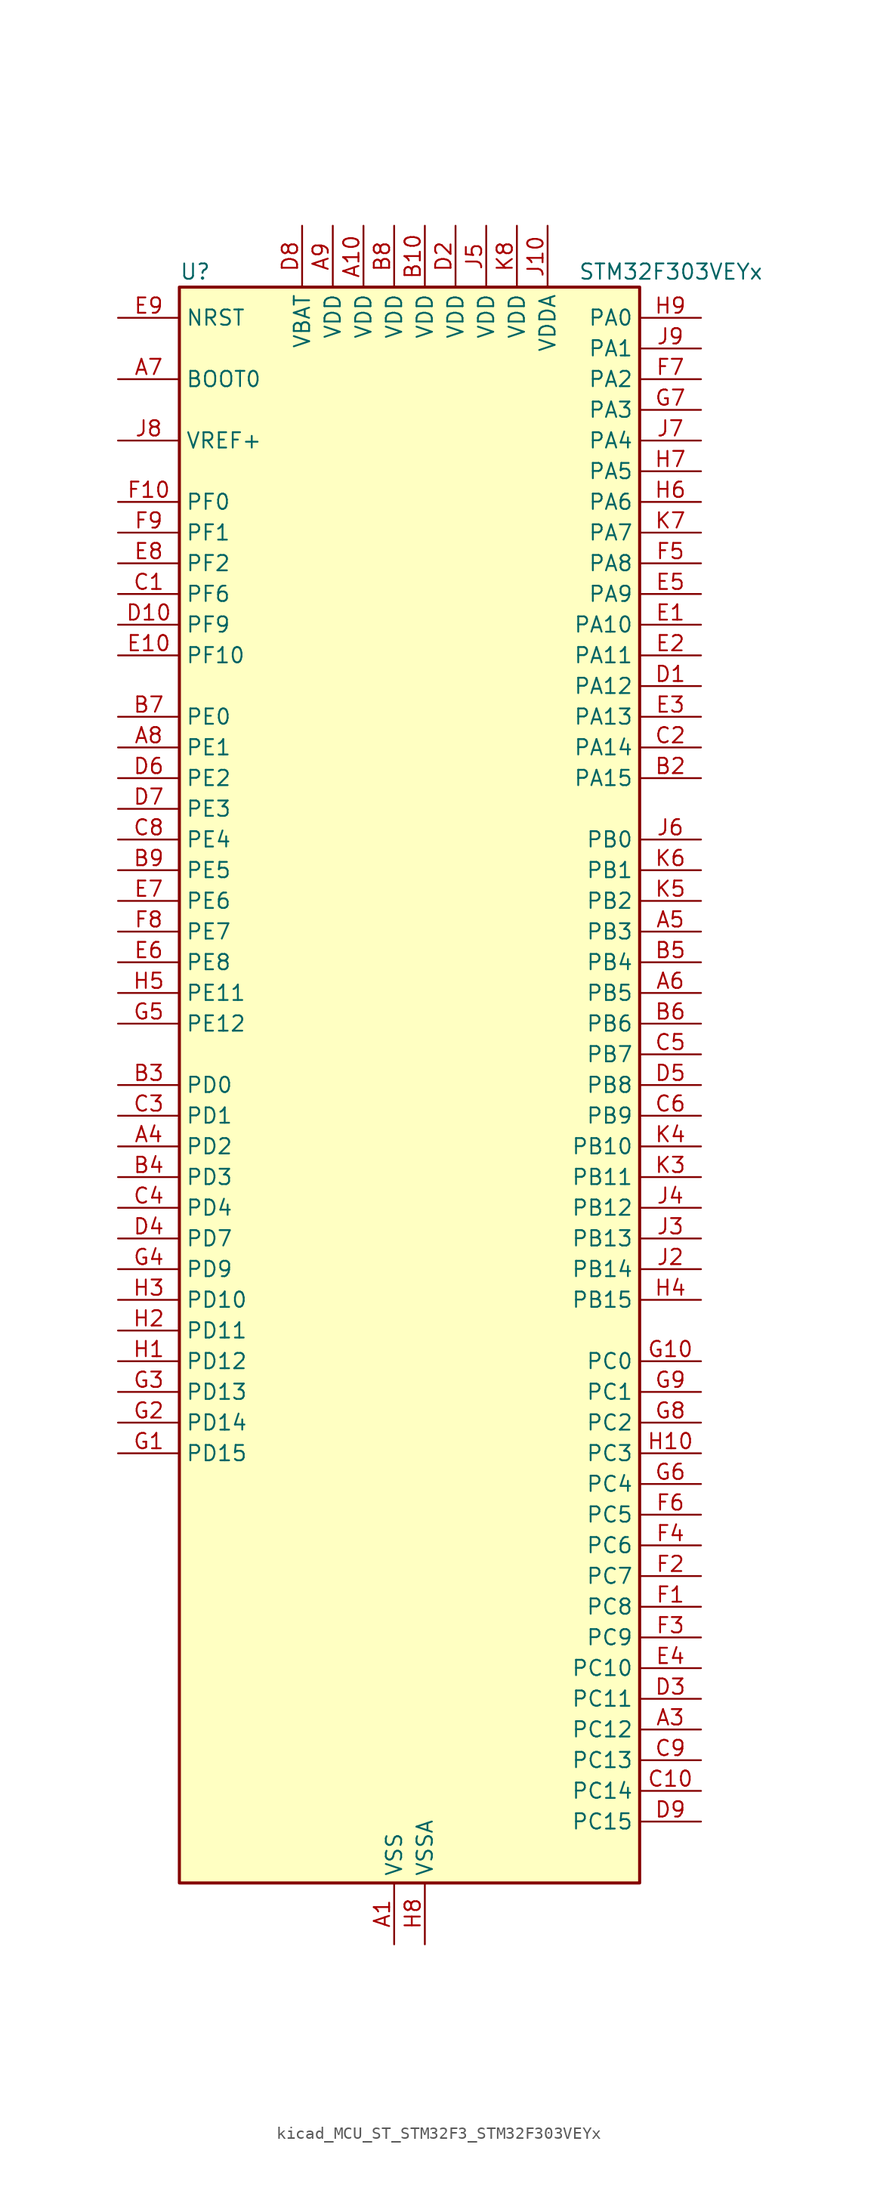
<source format=kicad_sym>
(kicad_symbol_lib
  (version 20220914)
  (generator kicad_symbol_editor)
  (symbol "kicad_MCU_ST_STM32F3_STM32F303VEYx"
    (property "Reference" "U"
      (at -17.78 67.31 0)
      (effects (font (size 1.27 1.27)) (justify left)))
    (property "Value" "STM32F303VEYx"
      (at 15.24 67.31 0)
      (effects (font (size 1.27 1.27)) (justify left)))
    (property "ki_locked" ""
      (at 0 0 0)
      (effects (font (size 1.27 1.27))))
    (symbol "kicad_MCU_ST_STM32F3_STM32F303VEYx_0_1"
      (rectangle (start -17.78 -66.04) (end 20.32 66.04) (stroke (width 0.254) (type default)) (fill (type background))))
    (symbol "kicad_MCU_ST_STM32F3_STM32F303VEYx_1_1"
      (pin power_in line (at 0 -71.12 90) (length 5.08) (name "VSS" (effects (font (size 1.27 1.27)))) (number "A1" (effects (font (size 1.27 1.27)))))
      (pin power_in line (at -2.54 71.12 270) (length 5.08) (name "VDD" (effects (font (size 1.27 1.27)))) (number "A10" (effects (font (size 1.27 1.27)))))
      (pin passive line (at 0 -71.12 90) (length 5.08) hide (name "VSS" (effects (font (size 1.27 1.27)))) (number "A2" (effects (font (size 1.27 1.27)))))
      (pin bidirectional line (at 25.4 -53.34 180) (length 5.08) (name "PC12" (effects (font (size 1.27 1.27)))) (number "A3" (effects (font (size 1.27 1.27)))) (alternate "I2S3_SD" bidirectional line) (alternate "SPI3_MOSI" bidirectional line) (alternate "TIM8_CH3N" bidirectional line) (alternate "UART5_TX" bidirectional line) (alternate "USART3_CK" bidirectional line))
      (pin bidirectional line (at -22.86 -5.08 0) (length 5.08) (name "PD2" (effects (font (size 1.27 1.27)))) (number "A4" (effects (font (size 1.27 1.27)))) (alternate "ADC3_EXTI2" bidirectional line) (alternate "ADC4_EXTI2" bidirectional line) (alternate "TIM3_ETR" bidirectional line) (alternate "TIM8_BKIN" bidirectional line) (alternate "UART5_RX" bidirectional line))
      (pin bidirectional line (at 25.4 12.7 180) (length 5.08) (name "PB3" (effects (font (size 1.27 1.27)))) (number "A5" (effects (font (size 1.27 1.27)))) (alternate "I2S3_CK" bidirectional line) (alternate "SPI1_SCK" bidirectional line) (alternate "SPI3_SCK" bidirectional line) (alternate "SYS_JTDO-TRACESWO" bidirectional line) (alternate "TIM2_CH2" bidirectional line) (alternate "TIM3_ETR" bidirectional line) (alternate "TIM4_ETR" bidirectional line) (alternate "TIM8_CH1N" bidirectional line) (alternate "TSC_G5_IO1" bidirectional line) (alternate "USART2_TX" bidirectional line))
      (pin bidirectional line (at 25.4 7.62 180) (length 5.08) (name "PB5" (effects (font (size 1.27 1.27)))) (number "A6" (effects (font (size 1.27 1.27)))) (alternate "I2C1_SMBA" bidirectional line) (alternate "I2C3_SDA" bidirectional line) (alternate "I2S3_SD" bidirectional line) (alternate "SPI1_MOSI" bidirectional line) (alternate "SPI3_MOSI" bidirectional line) (alternate "TIM16_BKIN" bidirectional line) (alternate "TIM17_CH1" bidirectional line) (alternate "TIM3_CH2" bidirectional line) (alternate "TIM8_CH3N" bidirectional line) (alternate "USART2_CK" bidirectional line))
      (pin input line (at -22.86 58.42 0) (length 5.08) (name "BOOT0" (effects (font (size 1.27 1.27)))) (number "A7" (effects (font (size 1.27 1.27)))))
      (pin bidirectional line (at -22.86 27.94 0) (length 5.08) (name "PE1" (effects (font (size 1.27 1.27)))) (number "A8" (effects (font (size 1.27 1.27)))) (alternate "FMC_NBL1" bidirectional line) (alternate "TIM17_CH1" bidirectional line) (alternate "TIM20_CH4" bidirectional line) (alternate "USART1_RX" bidirectional line))
      (pin power_in line (at -5.08 71.12 270) (length 5.08) (name "VDD" (effects (font (size 1.27 1.27)))) (number "A9" (effects (font (size 1.27 1.27)))))
      (pin passive line (at 0 -71.12 90) (length 5.08) hide (name "VSS" (effects (font (size 1.27 1.27)))) (number "B1" (effects (font (size 1.27 1.27)))))
      (pin power_in line (at 2.54 71.12 270) (length 5.08) (name "VDD" (effects (font (size 1.27 1.27)))) (number "B10" (effects (font (size 1.27 1.27)))))
      (pin bidirectional line (at 25.4 25.4 180) (length 5.08) (name "PA15" (effects (font (size 1.27 1.27)))) (number "B2" (effects (font (size 1.27 1.27)))) (alternate "ADC1_EXTI15" bidirectional line) (alternate "ADC2_EXTI15" bidirectional line) (alternate "ADC3_EXTI15" bidirectional line) (alternate "ADC4_EXTI15" bidirectional line) (alternate "I2C1_SCL" bidirectional line) (alternate "I2S3_WS" bidirectional line) (alternate "SPI1_NSS" bidirectional line) (alternate "SPI3_NSS" bidirectional line) (alternate "SYS_JTDI" bidirectional line) (alternate "TIM1_BKIN" bidirectional line) (alternate "TIM2_CH1" bidirectional line) (alternate "TIM2_ETR" bidirectional line) (alternate "TIM8_CH1" bidirectional line) (alternate "TSC_SYNC" bidirectional line) (alternate "USART2_RX" bidirectional line))
      (pin bidirectional line (at -22.86 0 0) (length 5.08) (name "PD0" (effects (font (size 1.27 1.27)))) (number "B3" (effects (font (size 1.27 1.27)))) (alternate "CAN_RX" bidirectional line) (alternate "FMC_D2" bidirectional line) (alternate "FMC_DA2" bidirectional line))
      (pin bidirectional line (at -22.86 -7.62 0) (length 5.08) (name "PD3" (effects (font (size 1.27 1.27)))) (number "B4" (effects (font (size 1.27 1.27)))) (alternate "FMC_CLK" bidirectional line) (alternate "TIM2_CH1" bidirectional line) (alternate "TIM2_ETR" bidirectional line) (alternate "USART2_CTS" bidirectional line))
      (pin bidirectional line (at 25.4 10.16 180) (length 5.08) (name "PB4" (effects (font (size 1.27 1.27)))) (number "B5" (effects (font (size 1.27 1.27)))) (alternate "I2S3_ext_SD" bidirectional line) (alternate "SPI1_MISO" bidirectional line) (alternate "SPI3_MISO" bidirectional line) (alternate "SYS_NJTRST" bidirectional line) (alternate "TIM16_CH1" bidirectional line) (alternate "TIM17_BKIN" bidirectional line) (alternate "TIM3_CH1" bidirectional line) (alternate "TIM8_CH2N" bidirectional line) (alternate "TSC_G5_IO2" bidirectional line) (alternate "USART2_RX" bidirectional line))
      (pin bidirectional line (at 25.4 5.08 180) (length 5.08) (name "PB6" (effects (font (size 1.27 1.27)))) (number "B6" (effects (font (size 1.27 1.27)))) (alternate "I2C1_SCL" bidirectional line) (alternate "TIM16_CH1N" bidirectional line) (alternate "TIM4_CH1" bidirectional line) (alternate "TIM8_BKIN2" bidirectional line) (alternate "TIM8_CH1" bidirectional line) (alternate "TIM8_ETR" bidirectional line) (alternate "TSC_G5_IO3" bidirectional line) (alternate "USART1_TX" bidirectional line))
      (pin bidirectional line (at -22.86 30.48 0) (length 5.08) (name "PE0" (effects (font (size 1.27 1.27)))) (number "B7" (effects (font (size 1.27 1.27)))) (alternate "FMC_NBL0" bidirectional line) (alternate "TIM16_CH1" bidirectional line) (alternate "TIM20_ETR" bidirectional line) (alternate "TIM4_ETR" bidirectional line) (alternate "USART1_TX" bidirectional line))
      (pin power_in line (at 0 71.12 270) (length 5.08) (name "VDD" (effects (font (size 1.27 1.27)))) (number "B8" (effects (font (size 1.27 1.27)))))
      (pin bidirectional line (at -22.86 17.78 0) (length 5.08) (name "PE5" (effects (font (size 1.27 1.27)))) (number "B9" (effects (font (size 1.27 1.27)))) (alternate "FMC_A21" bidirectional line) (alternate "SPI4_MISO" bidirectional line) (alternate "SYS_TRACED2" bidirectional line) (alternate "TIM20_CH2N" bidirectional line) (alternate "TIM3_CH4" bidirectional line) (alternate "TSC_G7_IO4" bidirectional line))
      (pin bidirectional line (at -22.86 40.64 0) (length 5.08) (name "PF6" (effects (font (size 1.27 1.27)))) (number "C1" (effects (font (size 1.27 1.27)))) (alternate "FMC_NIORD" bidirectional line) (alternate "I2C2_SCL" bidirectional line) (alternate "TIM4_CH4" bidirectional line) (alternate "USART3_DE" bidirectional line) (alternate "USART3_RTS" bidirectional line))
      (pin bidirectional line (at 25.4 -58.42 180) (length 5.08) (name "PC14" (effects (font (size 1.27 1.27)))) (number "C10" (effects (font (size 1.27 1.27)))) (alternate "RCC_OSC32_IN" bidirectional line))
      (pin bidirectional line (at 25.4 27.94 180) (length 5.08) (name "PA14" (effects (font (size 1.27 1.27)))) (number "C2" (effects (font (size 1.27 1.27)))) (alternate "I2C1_SDA" bidirectional line) (alternate "SYS_JTCK-SWCLK" bidirectional line) (alternate "TIM1_BKIN" bidirectional line) (alternate "TIM8_CH2" bidirectional line) (alternate "TSC_G4_IO4" bidirectional line) (alternate "USART2_TX" bidirectional line))
      (pin bidirectional line (at -22.86 -2.54 0) (length 5.08) (name "PD1" (effects (font (size 1.27 1.27)))) (number "C3" (effects (font (size 1.27 1.27)))) (alternate "CAN_TX" bidirectional line) (alternate "FMC_D3" bidirectional line) (alternate "FMC_DA3" bidirectional line) (alternate "TIM8_BKIN2" bidirectional line) (alternate "TIM8_CH4" bidirectional line))
      (pin bidirectional line (at -22.86 -10.16 0) (length 5.08) (name "PD4" (effects (font (size 1.27 1.27)))) (number "C4" (effects (font (size 1.27 1.27)))) (alternate "FMC_NOE" bidirectional line) (alternate "TIM2_CH2" bidirectional line) (alternate "USART2_DE" bidirectional line) (alternate "USART2_RTS" bidirectional line))
      (pin bidirectional line (at 25.4 2.54 180) (length 5.08) (name "PB7" (effects (font (size 1.27 1.27)))) (number "C5" (effects (font (size 1.27 1.27)))) (alternate "FMC_NL" bidirectional line) (alternate "I2C1_SDA" bidirectional line) (alternate "TIM17_CH1N" bidirectional line) (alternate "TIM3_CH4" bidirectional line) (alternate "TIM4_CH2" bidirectional line) (alternate "TIM8_BKIN" bidirectional line) (alternate "TSC_G5_IO4" bidirectional line) (alternate "USART1_RX" bidirectional line))
      (pin bidirectional line (at 25.4 -2.54 180) (length 5.08) (name "PB9" (effects (font (size 1.27 1.27)))) (number "C6" (effects (font (size 1.27 1.27)))) (alternate "CAN_TX" bidirectional line) (alternate "COMP2_OUT" bidirectional line) (alternate "DAC1_EXTI9" bidirectional line) (alternate "I2C1_SDA" bidirectional line) (alternate "IR_OUT" bidirectional line) (alternate "TIM17_CH1" bidirectional line) (alternate "TIM4_CH4" bidirectional line) (alternate "TIM8_CH3" bidirectional line) (alternate "USART3_TX" bidirectional line))
      (pin passive line (at 0 -71.12 90) (length 5.08) hide (name "VSS" (effects (font (size 1.27 1.27)))) (number "C7" (effects (font (size 1.27 1.27)))))
      (pin bidirectional line (at -22.86 20.32 0) (length 5.08) (name "PE4" (effects (font (size 1.27 1.27)))) (number "C8" (effects (font (size 1.27 1.27)))) (alternate "FMC_A20" bidirectional line) (alternate "SPI4_NSS" bidirectional line) (alternate "SYS_TRACED1" bidirectional line) (alternate "TIM20_CH1N" bidirectional line) (alternate "TIM3_CH3" bidirectional line) (alternate "TSC_G7_IO3" bidirectional line))
      (pin bidirectional line (at 25.4 -55.88 180) (length 5.08) (name "PC13" (effects (font (size 1.27 1.27)))) (number "C9" (effects (font (size 1.27 1.27)))) (alternate "RTC_OUT_ALARM" bidirectional line) (alternate "RTC_OUT_CALIB" bidirectional line) (alternate "RTC_TAMP1" bidirectional line) (alternate "RTC_TS" bidirectional line) (alternate "SYS_WKUP2" bidirectional line) (alternate "TIM1_CH1N" bidirectional line))
      (pin bidirectional line (at 25.4 33.02 180) (length 5.08) (name "PA12" (effects (font (size 1.27 1.27)))) (number "D1" (effects (font (size 1.27 1.27)))) (alternate "CAN_TX" bidirectional line) (alternate "COMP2_OUT" bidirectional line) (alternate "I2S_CKIN" bidirectional line) (alternate "TIM16_CH1" bidirectional line) (alternate "TIM1_CH2N" bidirectional line) (alternate "TIM1_ETR" bidirectional line) (alternate "TIM4_CH2" bidirectional line) (alternate "USART1_DE" bidirectional line) (alternate "USART1_RTS" bidirectional line) (alternate "USB_DP" bidirectional line))
      (pin bidirectional line (at -22.86 38.1 0) (length 5.08) (name "PF9" (effects (font (size 1.27 1.27)))) (number "D10" (effects (font (size 1.27 1.27)))) (alternate "DAC1_EXTI9" bidirectional line) (alternate "FMC_CD" bidirectional line) (alternate "SPI2_SCK" bidirectional line) (alternate "TIM15_CH1" bidirectional line) (alternate "TIM20_BKIN" bidirectional line))
      (pin power_in line (at 5.08 71.12 270) (length 5.08) (name "VDD" (effects (font (size 1.27 1.27)))) (number "D2" (effects (font (size 1.27 1.27)))))
      (pin bidirectional line (at 25.4 -50.8 180) (length 5.08) (name "PC11" (effects (font (size 1.27 1.27)))) (number "D3" (effects (font (size 1.27 1.27)))) (alternate "ADC1_EXTI11" bidirectional line) (alternate "ADC2_EXTI11" bidirectional line) (alternate "I2S3_ext_SD" bidirectional line) (alternate "SPI3_MISO" bidirectional line) (alternate "TIM8_CH2N" bidirectional line) (alternate "UART4_RX" bidirectional line) (alternate "USART3_RX" bidirectional line))
      (pin bidirectional line (at -22.86 -12.7 0) (length 5.08) (name "PD7" (effects (font (size 1.27 1.27)))) (number "D4" (effects (font (size 1.27 1.27)))) (alternate "FMC_NCE2" bidirectional line) (alternate "FMC_NE1" bidirectional line) (alternate "TIM2_CH3" bidirectional line) (alternate "USART2_CK" bidirectional line))
      (pin bidirectional line (at 25.4 0 180) (length 5.08) (name "PB8" (effects (font (size 1.27 1.27)))) (number "D5" (effects (font (size 1.27 1.27)))) (alternate "CAN_RX" bidirectional line) (alternate "COMP1_OUT" bidirectional line) (alternate "I2C1_SCL" bidirectional line) (alternate "TIM16_CH1" bidirectional line) (alternate "TIM1_BKIN" bidirectional line) (alternate "TIM4_CH3" bidirectional line) (alternate "TIM8_CH2" bidirectional line) (alternate "TSC_SYNC" bidirectional line) (alternate "USART3_RX" bidirectional line))
      (pin bidirectional line (at -22.86 25.4 0) (length 5.08) (name "PE2" (effects (font (size 1.27 1.27)))) (number "D6" (effects (font (size 1.27 1.27)))) (alternate "ADC3_EXTI2" bidirectional line) (alternate "ADC4_EXTI2" bidirectional line) (alternate "FMC_A23" bidirectional line) (alternate "SPI4_SCK" bidirectional line) (alternate "SYS_TRACECK" bidirectional line) (alternate "TIM20_CH1" bidirectional line) (alternate "TIM3_CH1" bidirectional line) (alternate "TSC_G7_IO1" bidirectional line))
      (pin bidirectional line (at -22.86 22.86 0) (length 5.08) (name "PE3" (effects (font (size 1.27 1.27)))) (number "D7" (effects (font (size 1.27 1.27)))) (alternate "FMC_A19" bidirectional line) (alternate "SPI4_NSS" bidirectional line) (alternate "SYS_TRACED0" bidirectional line) (alternate "TIM20_CH2" bidirectional line) (alternate "TIM3_CH2" bidirectional line) (alternate "TSC_G7_IO2" bidirectional line))
      (pin power_in line (at -7.62 71.12 270) (length 5.08) (name "VBAT" (effects (font (size 1.27 1.27)))) (number "D8" (effects (font (size 1.27 1.27)))))
      (pin bidirectional line (at 25.4 -60.96 180) (length 5.08) (name "PC15" (effects (font (size 1.27 1.27)))) (number "D9" (effects (font (size 1.27 1.27)))) (alternate "ADC1_EXTI15" bidirectional line) (alternate "ADC2_EXTI15" bidirectional line) (alternate "ADC3_EXTI15" bidirectional line) (alternate "ADC4_EXTI15" bidirectional line) (alternate "RCC_OSC32_OUT" bidirectional line))
      (pin bidirectional line (at 25.4 38.1 180) (length 5.08) (name "PA10" (effects (font (size 1.27 1.27)))) (number "E1" (effects (font (size 1.27 1.27)))) (alternate "COMP6_OUT" bidirectional line) (alternate "I2C2_SDA" bidirectional line) (alternate "I2S2_ext_SD" bidirectional line) (alternate "SPI2_MISO" bidirectional line) (alternate "TIM17_BKIN" bidirectional line) (alternate "TIM1_CH3" bidirectional line) (alternate "TIM2_CH4" bidirectional line) (alternate "TIM8_BKIN" bidirectional line) (alternate "TSC_G4_IO2" bidirectional line) (alternate "USART1_RX" bidirectional line))
      (pin bidirectional line (at -22.86 35.56 0) (length 5.08) (name "PF10" (effects (font (size 1.27 1.27)))) (number "E10" (effects (font (size 1.27 1.27)))) (alternate "FMC_INTR" bidirectional line) (alternate "SPI2_SCK" bidirectional line) (alternate "TIM15_CH2" bidirectional line) (alternate "TIM20_BKIN2" bidirectional line))
      (pin bidirectional line (at 25.4 35.56 180) (length 5.08) (name "PA11" (effects (font (size 1.27 1.27)))) (number "E2" (effects (font (size 1.27 1.27)))) (alternate "ADC1_EXTI11" bidirectional line) (alternate "ADC2_EXTI11" bidirectional line) (alternate "CAN_RX" bidirectional line) (alternate "COMP1_OUT" bidirectional line) (alternate "I2S2_SD" bidirectional line) (alternate "SPI2_MOSI" bidirectional line) (alternate "TIM1_BKIN2" bidirectional line) (alternate "TIM1_CH1N" bidirectional line) (alternate "TIM1_CH4" bidirectional line) (alternate "TIM4_CH1" bidirectional line) (alternate "USART1_CTS" bidirectional line) (alternate "USB_DM" bidirectional line))
      (pin bidirectional line (at 25.4 30.48 180) (length 5.08) (name "PA13" (effects (font (size 1.27 1.27)))) (number "E3" (effects (font (size 1.27 1.27)))) (alternate "IR_OUT" bidirectional line) (alternate "SYS_JTMS-SWDIO" bidirectional line) (alternate "TIM16_CH1N" bidirectional line) (alternate "TIM4_CH3" bidirectional line) (alternate "TSC_G4_IO3" bidirectional line) (alternate "USART3_CTS" bidirectional line))
      (pin bidirectional line (at 25.4 -48.26 180) (length 5.08) (name "PC10" (effects (font (size 1.27 1.27)))) (number "E4" (effects (font (size 1.27 1.27)))) (alternate "I2S3_CK" bidirectional line) (alternate "SPI3_SCK" bidirectional line) (alternate "TIM8_CH1N" bidirectional line) (alternate "UART4_TX" bidirectional line) (alternate "USART3_TX" bidirectional line))
      (pin bidirectional line (at 25.4 40.64 180) (length 5.08) (name "PA9" (effects (font (size 1.27 1.27)))) (number "E5" (effects (font (size 1.27 1.27)))) (alternate "COMP5_OUT" bidirectional line) (alternate "DAC1_EXTI9" bidirectional line) (alternate "I2C2_SCL" bidirectional line) (alternate "I2C3_SMBA" bidirectional line) (alternate "I2S3_MCK" bidirectional line) (alternate "TIM15_BKIN" bidirectional line) (alternate "TIM1_CH2" bidirectional line) (alternate "TIM2_CH3" bidirectional line) (alternate "TSC_G4_IO1" bidirectional line) (alternate "USART1_TX" bidirectional line))
      (pin bidirectional line (at -22.86 10.16 0) (length 5.08) (name "PE8" (effects (font (size 1.27 1.27)))) (number "E6" (effects (font (size 1.27 1.27)))) (alternate "ADC3_IN6" bidirectional line) (alternate "ADC4_IN6" bidirectional line) (alternate "COMP4_INM" bidirectional line) (alternate "FMC_D5" bidirectional line) (alternate "FMC_DA5" bidirectional line) (alternate "TIM1_CH1N" bidirectional line))
      (pin bidirectional line (at -22.86 15.24 0) (length 5.08) (name "PE6" (effects (font (size 1.27 1.27)))) (number "E7" (effects (font (size 1.27 1.27)))) (alternate "FMC_A22" bidirectional line) (alternate "RTC_TAMP3" bidirectional line) (alternate "SPI4_MOSI" bidirectional line) (alternate "SYS_TRACED3" bidirectional line) (alternate "SYS_WKUP3" bidirectional line) (alternate "TIM20_CH3N" bidirectional line))
      (pin bidirectional line (at -22.86 43.18 0) (length 5.08) (name "PF2" (effects (font (size 1.27 1.27)))) (number "E8" (effects (font (size 1.27 1.27)))) (alternate "ADC1_IN10" bidirectional line) (alternate "ADC2_IN10" bidirectional line) (alternate "ADC3_EXTI2" bidirectional line) (alternate "ADC4_EXTI2" bidirectional line) (alternate "FMC_A2" bidirectional line) (alternate "TIM20_CH3" bidirectional line))
      (pin input line (at -22.86 63.5 0) (length 5.08) (name "NRST" (effects (font (size 1.27 1.27)))) (number "E9" (effects (font (size 1.27 1.27)))))
      (pin bidirectional line (at 25.4 -43.18 180) (length 5.08) (name "PC8" (effects (font (size 1.27 1.27)))) (number "F1" (effects (font (size 1.27 1.27)))) (alternate "COMP3_OUT" bidirectional line) (alternate "TIM3_CH3" bidirectional line) (alternate "TIM8_CH3" bidirectional line))
      (pin bidirectional line (at -22.86 48.26 0) (length 5.08) (name "PF0" (effects (font (size 1.27 1.27)))) (number "F10" (effects (font (size 1.27 1.27)))) (alternate "I2C2_SDA" bidirectional line) (alternate "I2S2_WS" bidirectional line) (alternate "RCC_OSC_IN" bidirectional line) (alternate "SPI2_NSS" bidirectional line) (alternate "TIM1_CH3N" bidirectional line))
      (pin bidirectional line (at 25.4 -40.64 180) (length 5.08) (name "PC7" (effects (font (size 1.27 1.27)))) (number "F2" (effects (font (size 1.27 1.27)))) (alternate "COMP5_OUT" bidirectional line) (alternate "I2S3_MCK" bidirectional line) (alternate "TIM3_CH2" bidirectional line) (alternate "TIM8_CH2" bidirectional line))
      (pin bidirectional line (at 25.4 -45.72 180) (length 5.08) (name "PC9" (effects (font (size 1.27 1.27)))) (number "F3" (effects (font (size 1.27 1.27)))) (alternate "DAC1_EXTI9" bidirectional line) (alternate "I2C3_SDA" bidirectional line) (alternate "I2S_CKIN" bidirectional line) (alternate "TIM3_CH4" bidirectional line) (alternate "TIM8_BKIN2" bidirectional line) (alternate "TIM8_CH4" bidirectional line))
      (pin bidirectional line (at 25.4 -38.1 180) (length 5.08) (name "PC6" (effects (font (size 1.27 1.27)))) (number "F4" (effects (font (size 1.27 1.27)))) (alternate "COMP6_OUT" bidirectional line) (alternate "I2S2_MCK" bidirectional line) (alternate "TIM3_CH1" bidirectional line) (alternate "TIM8_CH1" bidirectional line))
      (pin bidirectional line (at 25.4 43.18 180) (length 5.08) (name "PA8" (effects (font (size 1.27 1.27)))) (number "F5" (effects (font (size 1.27 1.27)))) (alternate "COMP3_OUT" bidirectional line) (alternate "I2C2_SMBA" bidirectional line) (alternate "I2C3_SCL" bidirectional line) (alternate "I2S2_MCK" bidirectional line) (alternate "RCC_MCO" bidirectional line) (alternate "TIM1_CH1" bidirectional line) (alternate "TIM4_ETR" bidirectional line) (alternate "USART1_CK" bidirectional line))
      (pin bidirectional line (at 25.4 -35.56 180) (length 5.08) (name "PC5" (effects (font (size 1.27 1.27)))) (number "F6" (effects (font (size 1.27 1.27)))) (alternate "ADC2_IN11" bidirectional line) (alternate "OPAMP1_VINM" bidirectional line) (alternate "OPAMP1_VINM_SEC" bidirectional line) (alternate "OPAMP2_VINM" bidirectional line) (alternate "OPAMP2_VINM_SEC" bidirectional line) (alternate "TIM15_BKIN" bidirectional line) (alternate "TSC_G3_IO1" bidirectional line) (alternate "USART1_RX" bidirectional line))
      (pin bidirectional line (at 25.4 58.42 180) (length 5.08) (name "PA2" (effects (font (size 1.27 1.27)))) (number "F7" (effects (font (size 1.27 1.27)))) (alternate "ADC1_IN3" bidirectional line) (alternate "ADC3_EXTI2" bidirectional line) (alternate "ADC4_EXTI2" bidirectional line) (alternate "COMP2_INM" bidirectional line) (alternate "COMP2_OUT" bidirectional line) (alternate "OPAMP1_VOUT" bidirectional line) (alternate "TIM15_CH1" bidirectional line) (alternate "TIM2_CH3" bidirectional line) (alternate "TSC_G1_IO3" bidirectional line) (alternate "USART2_TX" bidirectional line))
      (pin bidirectional line (at -22.86 12.7 0) (length 5.08) (name "PE7" (effects (font (size 1.27 1.27)))) (number "F8" (effects (font (size 1.27 1.27)))) (alternate "ADC3_IN13" bidirectional line) (alternate "FMC_D4" bidirectional line) (alternate "FMC_DA4" bidirectional line) (alternate "TIM1_ETR" bidirectional line))
      (pin bidirectional line (at -22.86 45.72 0) (length 5.08) (name "PF1" (effects (font (size 1.27 1.27)))) (number "F9" (effects (font (size 1.27 1.27)))) (alternate "I2C2_SCL" bidirectional line) (alternate "I2S2_CK" bidirectional line) (alternate "RCC_OSC_OUT" bidirectional line) (alternate "SPI2_SCK" bidirectional line))
      (pin bidirectional line (at -22.86 -30.48 0) (length 5.08) (name "PD15" (effects (font (size 1.27 1.27)))) (number "G1" (effects (font (size 1.27 1.27)))) (alternate "ADC1_EXTI15" bidirectional line) (alternate "ADC2_EXTI15" bidirectional line) (alternate "ADC3_EXTI15" bidirectional line) (alternate "ADC4_EXTI15" bidirectional line) (alternate "COMP3_INM" bidirectional line) (alternate "FMC_D1" bidirectional line) (alternate "FMC_DA1" bidirectional line) (alternate "SPI2_NSS" bidirectional line) (alternate "TIM4_CH4" bidirectional line) (alternate "TSC_G8_IO4" bidirectional line))
      (pin bidirectional line (at 25.4 -22.86 180) (length 5.08) (name "PC0" (effects (font (size 1.27 1.27)))) (number "G10" (effects (font (size 1.27 1.27)))) (alternate "ADC1_IN6" bidirectional line) (alternate "ADC2_IN6" bidirectional line) (alternate "COMP7_INM" bidirectional line) (alternate "TIM1_CH1" bidirectional line))
      (pin bidirectional line (at -22.86 -27.94 0) (length 5.08) (name "PD14" (effects (font (size 1.27 1.27)))) (number "G2" (effects (font (size 1.27 1.27)))) (alternate "ADC3_IN11" bidirectional line) (alternate "ADC4_IN11" bidirectional line) (alternate "FMC_D0" bidirectional line) (alternate "FMC_DA0" bidirectional line) (alternate "OPAMP2_VINP" bidirectional line) (alternate "OPAMP2_VINP_SEC" bidirectional line) (alternate "TIM4_CH3" bidirectional line) (alternate "TSC_G8_IO3" bidirectional line))
      (pin bidirectional line (at -22.86 -25.4 0) (length 5.08) (name "PD13" (effects (font (size 1.27 1.27)))) (number "G3" (effects (font (size 1.27 1.27)))) (alternate "ADC3_IN10" bidirectional line) (alternate "ADC4_IN10" bidirectional line) (alternate "COMP5_INM" bidirectional line) (alternate "FMC_A18" bidirectional line) (alternate "TIM4_CH2" bidirectional line) (alternate "TSC_G8_IO2" bidirectional line))
      (pin bidirectional line (at -22.86 -15.24 0) (length 5.08) (name "PD9" (effects (font (size 1.27 1.27)))) (number "G4" (effects (font (size 1.27 1.27)))) (alternate "ADC4_IN13" bidirectional line) (alternate "DAC1_EXTI9" bidirectional line) (alternate "FMC_D14" bidirectional line) (alternate "FMC_DA14" bidirectional line) (alternate "USART3_RX" bidirectional line))
      (pin bidirectional line (at -22.86 5.08 0) (length 5.08) (name "PE12" (effects (font (size 1.27 1.27)))) (number "G5" (effects (font (size 1.27 1.27)))) (alternate "ADC3_IN16" bidirectional line) (alternate "FMC_D9" bidirectional line) (alternate "FMC_DA9" bidirectional line) (alternate "SPI4_SCK" bidirectional line) (alternate "TIM1_CH3N" bidirectional line))
      (pin bidirectional line (at 25.4 -33.02 180) (length 5.08) (name "PC4" (effects (font (size 1.27 1.27)))) (number "G6" (effects (font (size 1.27 1.27)))) (alternate "ADC2_IN5" bidirectional line) (alternate "TIM1_ETR" bidirectional line) (alternate "USART1_TX" bidirectional line))
      (pin bidirectional line (at 25.4 55.88 180) (length 5.08) (name "PA3" (effects (font (size 1.27 1.27)))) (number "G7" (effects (font (size 1.27 1.27)))) (alternate "ADC1_IN4" bidirectional line) (alternate "OPAMP1_VINM" bidirectional line) (alternate "OPAMP1_VINM_SEC" bidirectional line) (alternate "OPAMP1_VINP" bidirectional line) (alternate "OPAMP1_VINP_SEC" bidirectional line) (alternate "TIM15_CH2" bidirectional line) (alternate "TIM2_CH4" bidirectional line) (alternate "TSC_G1_IO4" bidirectional line) (alternate "USART2_RX" bidirectional line))
      (pin bidirectional line (at 25.4 -27.94 180) (length 5.08) (name "PC2" (effects (font (size 1.27 1.27)))) (number "G8" (effects (font (size 1.27 1.27)))) (alternate "ADC1_IN8" bidirectional line) (alternate "ADC2_IN8" bidirectional line) (alternate "ADC3_EXTI2" bidirectional line) (alternate "ADC4_EXTI2" bidirectional line) (alternate "COMP7_OUT" bidirectional line) (alternate "TIM1_CH3" bidirectional line))
      (pin bidirectional line (at 25.4 -25.4 180) (length 5.08) (name "PC1" (effects (font (size 1.27 1.27)))) (number "G9" (effects (font (size 1.27 1.27)))) (alternate "ADC1_IN7" bidirectional line) (alternate "ADC2_IN7" bidirectional line) (alternate "COMP7_INP" bidirectional line) (alternate "TIM1_CH2" bidirectional line))
      (pin bidirectional line (at -22.86 -22.86 0) (length 5.08) (name "PD12" (effects (font (size 1.27 1.27)))) (number "H1" (effects (font (size 1.27 1.27)))) (alternate "ADC3_IN9" bidirectional line) (alternate "ADC4_IN9" bidirectional line) (alternate "FMC_A17" bidirectional line) (alternate "FMC_ALE" bidirectional line) (alternate "TIM4_CH1" bidirectional line) (alternate "TSC_G8_IO1" bidirectional line) (alternate "USART3_DE" bidirectional line) (alternate "USART3_RTS" bidirectional line))
      (pin bidirectional line (at 25.4 -30.48 180) (length 5.08) (name "PC3" (effects (font (size 1.27 1.27)))) (number "H10" (effects (font (size 1.27 1.27)))) (alternate "ADC1_IN9" bidirectional line) (alternate "ADC2_IN9" bidirectional line) (alternate "TIM1_BKIN2" bidirectional line) (alternate "TIM1_CH4" bidirectional line))
      (pin bidirectional line (at -22.86 -20.32 0) (length 5.08) (name "PD11" (effects (font (size 1.27 1.27)))) (number "H2" (effects (font (size 1.27 1.27)))) (alternate "ADC1_EXTI11" bidirectional line) (alternate "ADC2_EXTI11" bidirectional line) (alternate "ADC3_IN8" bidirectional line) (alternate "ADC4_IN8" bidirectional line) (alternate "FMC_A16" bidirectional line) (alternate "FMC_CLE" bidirectional line) (alternate "OPAMP4_VINP" bidirectional line) (alternate "OPAMP4_VINP_SEC" bidirectional line) (alternate "USART3_CTS" bidirectional line))
      (pin bidirectional line (at -22.86 -17.78 0) (length 5.08) (name "PD10" (effects (font (size 1.27 1.27)))) (number "H3" (effects (font (size 1.27 1.27)))) (alternate "ADC3_IN7" bidirectional line) (alternate "ADC4_IN7" bidirectional line) (alternate "COMP6_INM" bidirectional line) (alternate "FMC_D15" bidirectional line) (alternate "FMC_DA15" bidirectional line) (alternate "USART3_CK" bidirectional line))
      (pin bidirectional line (at 25.4 -17.78 180) (length 5.08) (name "PB15" (effects (font (size 1.27 1.27)))) (number "H4" (effects (font (size 1.27 1.27)))) (alternate "ADC1_EXTI15" bidirectional line) (alternate "ADC2_EXTI15" bidirectional line) (alternate "ADC3_EXTI15" bidirectional line) (alternate "ADC4_EXTI15" bidirectional line) (alternate "ADC4_IN5" bidirectional line) (alternate "COMP6_INM" bidirectional line) (alternate "I2S2_SD" bidirectional line) (alternate "RTC_REFIN" bidirectional line) (alternate "SPI2_MOSI" bidirectional line) (alternate "TIM15_CH1N" bidirectional line) (alternate "TIM15_CH2" bidirectional line) (alternate "TIM1_CH3N" bidirectional line))
      (pin bidirectional line (at -22.86 7.62 0) (length 5.08) (name "PE11" (effects (font (size 1.27 1.27)))) (number "H5" (effects (font (size 1.27 1.27)))) (alternate "ADC1_EXTI11" bidirectional line) (alternate "ADC2_EXTI11" bidirectional line) (alternate "ADC3_IN15" bidirectional line) (alternate "FMC_D8" bidirectional line) (alternate "FMC_DA8" bidirectional line) (alternate "SPI4_NSS" bidirectional line) (alternate "TIM1_CH2" bidirectional line))
      (pin bidirectional line (at 25.4 48.26 180) (length 5.08) (name "PA6" (effects (font (size 1.27 1.27)))) (number "H6" (effects (font (size 1.27 1.27)))) (alternate "ADC2_IN3" bidirectional line) (alternate "COMP1_OUT" bidirectional line) (alternate "OPAMP2_VOUT" bidirectional line) (alternate "SPI1_MISO" bidirectional line) (alternate "TIM16_CH1" bidirectional line) (alternate "TIM1_BKIN" bidirectional line) (alternate "TIM3_CH1" bidirectional line) (alternate "TIM8_BKIN" bidirectional line) (alternate "TSC_G2_IO3" bidirectional line))
      (pin bidirectional line (at 25.4 50.8 180) (length 5.08) (name "PA5" (effects (font (size 1.27 1.27)))) (number "H7" (effects (font (size 1.27 1.27)))) (alternate "ADC2_IN2" bidirectional line) (alternate "COMP1_INM" bidirectional line) (alternate "COMP2_INM" bidirectional line) (alternate "COMP3_INM" bidirectional line) (alternate "COMP4_INM" bidirectional line) (alternate "COMP5_INM" bidirectional line) (alternate "COMP6_INM" bidirectional line) (alternate "COMP7_INM" bidirectional line) (alternate "DAC1_OUT2" bidirectional line) (alternate "OPAMP1_VINP" bidirectional line) (alternate "OPAMP1_VINP_SEC" bidirectional line) (alternate "OPAMP2_VINM" bidirectional line) (alternate "OPAMP2_VINM_SEC" bidirectional line) (alternate "OPAMP3_VINP" bidirectional line) (alternate "OPAMP3_VINP_SEC" bidirectional line) (alternate "SPI1_SCK" bidirectional line) (alternate "TIM2_CH1" bidirectional line) (alternate "TIM2_ETR" bidirectional line) (alternate "TSC_G2_IO2" bidirectional line))
      (pin power_in line (at 2.54 -71.12 90) (length 5.08) (name "VSSA" (effects (font (size 1.27 1.27)))) (number "H8" (effects (font (size 1.27 1.27)))))
      (pin bidirectional line (at 25.4 63.5 180) (length 5.08) (name "PA0" (effects (font (size 1.27 1.27)))) (number "H9" (effects (font (size 1.27 1.27)))) (alternate "ADC1_IN1" bidirectional line) (alternate "COMP1_INM" bidirectional line) (alternate "COMP1_OUT" bidirectional line) (alternate "RTC_TAMP2" bidirectional line) (alternate "SYS_WKUP1" bidirectional line) (alternate "TIM2_CH1" bidirectional line) (alternate "TIM2_ETR" bidirectional line) (alternate "TIM8_BKIN" bidirectional line) (alternate "TIM8_ETR" bidirectional line) (alternate "TSC_G1_IO1" bidirectional line) (alternate "USART2_CTS" bidirectional line))
      (pin passive line (at 0 -71.12 90) (length 5.08) hide (name "VSS" (effects (font (size 1.27 1.27)))) (number "J1" (effects (font (size 1.27 1.27)))))
      (pin power_in line (at 12.7 71.12 270) (length 5.08) (name "VDDA" (effects (font (size 1.27 1.27)))) (number "J10" (effects (font (size 1.27 1.27)))))
      (pin bidirectional line (at 25.4 -15.24 180) (length 5.08) (name "PB14" (effects (font (size 1.27 1.27)))) (number "J2" (effects (font (size 1.27 1.27)))) (alternate "ADC4_IN4" bidirectional line) (alternate "COMP3_INP" bidirectional line) (alternate "I2S2_ext_SD" bidirectional line) (alternate "OPAMP2_VINP" bidirectional line) (alternate "OPAMP2_VINP_SEC" bidirectional line) (alternate "SPI2_MISO" bidirectional line) (alternate "TIM15_CH1" bidirectional line) (alternate "TIM1_CH2N" bidirectional line) (alternate "TSC_G6_IO4" bidirectional line) (alternate "USART3_DE" bidirectional line) (alternate "USART3_RTS" bidirectional line))
      (pin bidirectional line (at 25.4 -12.7 180) (length 5.08) (name "PB13" (effects (font (size 1.27 1.27)))) (number "J3" (effects (font (size 1.27 1.27)))) (alternate "ADC3_IN5" bidirectional line) (alternate "COMP5_INP" bidirectional line) (alternate "I2S2_CK" bidirectional line) (alternate "OPAMP3_VINP" bidirectional line) (alternate "OPAMP3_VINP_SEC" bidirectional line) (alternate "OPAMP4_VINP" bidirectional line) (alternate "OPAMP4_VINP_SEC" bidirectional line) (alternate "SPI2_SCK" bidirectional line) (alternate "TIM1_CH1N" bidirectional line) (alternate "TSC_G6_IO3" bidirectional line) (alternate "USART3_CTS" bidirectional line))
      (pin bidirectional line (at 25.4 -10.16 180) (length 5.08) (name "PB12" (effects (font (size 1.27 1.27)))) (number "J4" (effects (font (size 1.27 1.27)))) (alternate "ADC4_IN3" bidirectional line) (alternate "COMP3_INM" bidirectional line) (alternate "I2C2_SMBA" bidirectional line) (alternate "I2S2_WS" bidirectional line) (alternate "OPAMP4_VOUT" bidirectional line) (alternate "SPI2_NSS" bidirectional line) (alternate "TIM1_BKIN" bidirectional line) (alternate "TSC_G6_IO2" bidirectional line) (alternate "USART3_CK" bidirectional line))
      (pin power_in line (at 7.62 71.12 270) (length 5.08) (name "VDD" (effects (font (size 1.27 1.27)))) (number "J5" (effects (font (size 1.27 1.27)))))
      (pin bidirectional line (at 25.4 20.32 180) (length 5.08) (name "PB0" (effects (font (size 1.27 1.27)))) (number "J6" (effects (font (size 1.27 1.27)))) (alternate "ADC3_IN12" bidirectional line) (alternate "COMP4_INP" bidirectional line) (alternate "OPAMP2_VINP" bidirectional line) (alternate "OPAMP2_VINP_SEC" bidirectional line) (alternate "OPAMP3_VINP" bidirectional line) (alternate "OPAMP3_VINP_SEC" bidirectional line) (alternate "TIM1_CH2N" bidirectional line) (alternate "TIM3_CH3" bidirectional line) (alternate "TIM8_CH2N" bidirectional line) (alternate "TSC_G3_IO2" bidirectional line))
      (pin bidirectional line (at 25.4 53.34 180) (length 5.08) (name "PA4" (effects (font (size 1.27 1.27)))) (number "J7" (effects (font (size 1.27 1.27)))) (alternate "ADC2_IN1" bidirectional line) (alternate "COMP1_INM" bidirectional line) (alternate "COMP2_INM" bidirectional line) (alternate "COMP3_INM" bidirectional line) (alternate "COMP4_INM" bidirectional line) (alternate "COMP5_INM" bidirectional line) (alternate "COMP6_INM" bidirectional line) (alternate "COMP7_INM" bidirectional line) (alternate "DAC1_OUT1" bidirectional line) (alternate "I2S3_WS" bidirectional line) (alternate "OPAMP4_VINP" bidirectional line) (alternate "OPAMP4_VINP_SEC" bidirectional line) (alternate "SPI1_NSS" bidirectional line) (alternate "SPI3_NSS" bidirectional line) (alternate "TIM3_CH2" bidirectional line) (alternate "TSC_G2_IO1" bidirectional line) (alternate "USART2_CK" bidirectional line))
      (pin input line (at -22.86 53.34 0) (length 5.08) (name "VREF+" (effects (font (size 1.27 1.27)))) (number "J8" (effects (font (size 1.27 1.27)))))
      (pin bidirectional line (at 25.4 60.96 180) (length 5.08) (name "PA1" (effects (font (size 1.27 1.27)))) (number "J9" (effects (font (size 1.27 1.27)))) (alternate "ADC1_IN2" bidirectional line) (alternate "COMP1_INP" bidirectional line) (alternate "OPAMP1_VINP" bidirectional line) (alternate "OPAMP1_VINP_SEC" bidirectional line) (alternate "OPAMP3_VINP" bidirectional line) (alternate "OPAMP3_VINP_SEC" bidirectional line) (alternate "RTC_REFIN" bidirectional line) (alternate "TIM15_CH1N" bidirectional line) (alternate "TIM2_CH2" bidirectional line) (alternate "TSC_G1_IO2" bidirectional line) (alternate "USART2_DE" bidirectional line) (alternate "USART2_RTS" bidirectional line))
      (pin passive line (at 0 -71.12 90) (length 5.08) hide (name "VSS" (effects (font (size 1.27 1.27)))) (number "K1" (effects (font (size 1.27 1.27)))))
      (pin passive line (at 0 -71.12 90) (length 5.08) hide (name "VSS" (effects (font (size 1.27 1.27)))) (number "K10" (effects (font (size 1.27 1.27)))))
      (pin passive line (at 0 -71.12 90) (length 5.08) hide (name "VSS" (effects (font (size 1.27 1.27)))) (number "K2" (effects (font (size 1.27 1.27)))))
      (pin bidirectional line (at 25.4 -7.62 180) (length 5.08) (name "PB11" (effects (font (size 1.27 1.27)))) (number "K3" (effects (font (size 1.27 1.27)))) (alternate "ADC1_EXTI11" bidirectional line) (alternate "ADC1_IN14" bidirectional line) (alternate "ADC2_EXTI11" bidirectional line) (alternate "ADC2_IN14" bidirectional line) (alternate "COMP6_INP" bidirectional line) (alternate "OPAMP4_VINP" bidirectional line) (alternate "OPAMP4_VINP_SEC" bidirectional line) (alternate "TIM2_CH4" bidirectional line) (alternate "TSC_G6_IO1" bidirectional line) (alternate "USART3_RX" bidirectional line))
      (pin bidirectional line (at 25.4 -5.08 180) (length 5.08) (name "PB10" (effects (font (size 1.27 1.27)))) (number "K4" (effects (font (size 1.27 1.27)))) (alternate "COMP5_INM" bidirectional line) (alternate "OPAMP3_VINM" bidirectional line) (alternate "OPAMP3_VINM_SEC" bidirectional line) (alternate "OPAMP4_VINM" bidirectional line) (alternate "OPAMP4_VINM_SEC" bidirectional line) (alternate "TIM2_CH3" bidirectional line) (alternate "TSC_SYNC" bidirectional line) (alternate "USART3_TX" bidirectional line))
      (pin bidirectional line (at 25.4 15.24 180) (length 5.08) (name "PB2" (effects (font (size 1.27 1.27)))) (number "K5" (effects (font (size 1.27 1.27)))) (alternate "ADC2_IN12" bidirectional line) (alternate "ADC3_EXTI2" bidirectional line) (alternate "ADC4_EXTI2" bidirectional line) (alternate "COMP4_INM" bidirectional line) (alternate "OPAMP3_VINM" bidirectional line) (alternate "OPAMP3_VINM_SEC" bidirectional line) (alternate "TSC_G3_IO4" bidirectional line))
      (pin bidirectional line (at 25.4 17.78 180) (length 5.08) (name "PB1" (effects (font (size 1.27 1.27)))) (number "K6" (effects (font (size 1.27 1.27)))) (alternate "ADC3_IN1" bidirectional line) (alternate "COMP4_OUT" bidirectional line) (alternate "OPAMP3_VOUT" bidirectional line) (alternate "TIM1_CH3N" bidirectional line) (alternate "TIM3_CH4" bidirectional line) (alternate "TIM8_CH3N" bidirectional line) (alternate "TSC_G3_IO3" bidirectional line))
      (pin bidirectional line (at 25.4 45.72 180) (length 5.08) (name "PA7" (effects (font (size 1.27 1.27)))) (number "K7" (effects (font (size 1.27 1.27)))) (alternate "ADC2_IN4" bidirectional line) (alternate "COMP2_INP" bidirectional line) (alternate "OPAMP1_VINP" bidirectional line) (alternate "OPAMP1_VINP_SEC" bidirectional line) (alternate "OPAMP2_VINP" bidirectional line) (alternate "OPAMP2_VINP_SEC" bidirectional line) (alternate "SPI1_MOSI" bidirectional line) (alternate "TIM17_CH1" bidirectional line) (alternate "TIM1_CH1N" bidirectional line) (alternate "TIM3_CH2" bidirectional line) (alternate "TIM8_CH1N" bidirectional line) (alternate "TSC_G2_IO4" bidirectional line))
      (pin power_in line (at 10.16 71.12 270) (length 5.08) (name "VDD" (effects (font (size 1.27 1.27)))) (number "K8" (effects (font (size 1.27 1.27)))))
      (pin passive line (at 0 -71.12 90) (length 5.08) hide (name "VSS" (effects (font (size 1.27 1.27)))) (number "K9" (effects (font (size 1.27 1.27))))))))
</source>
